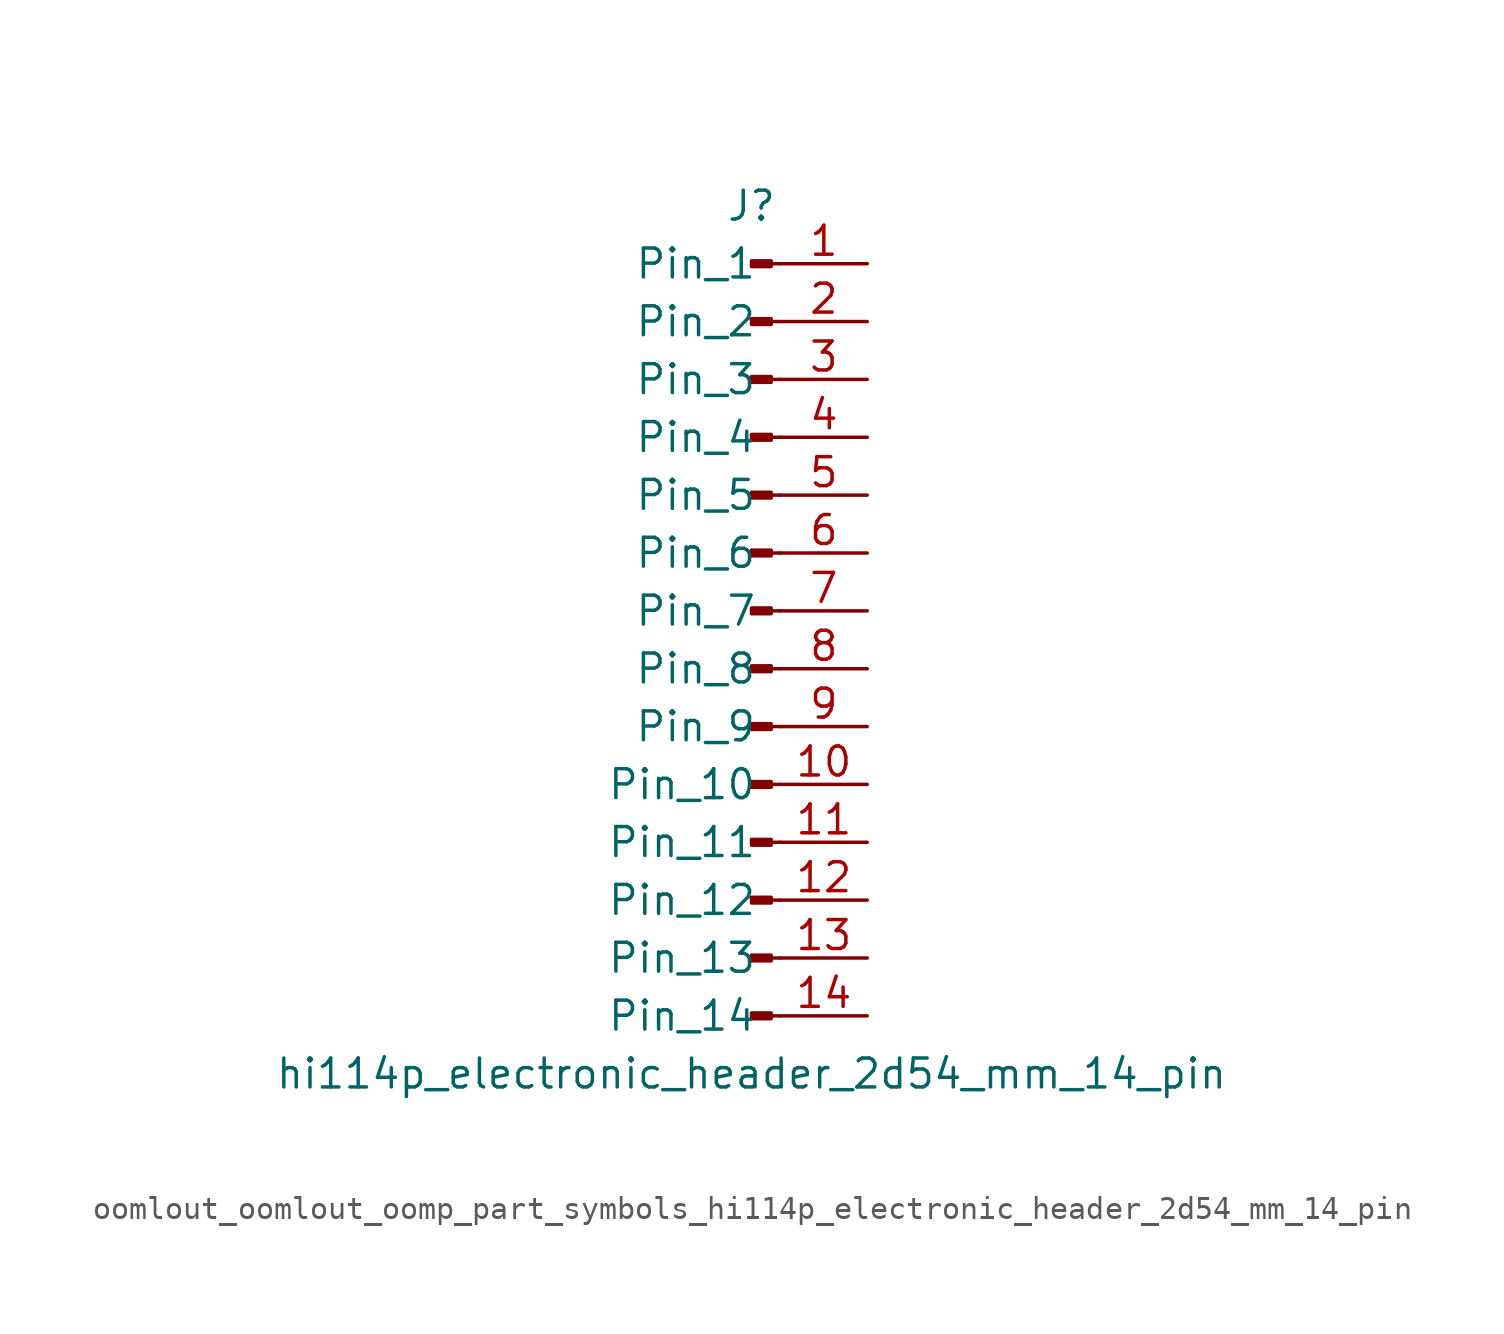
<source format=kicad_sym>
(kicad_symbol_lib
  (version 20220914)
  (generator kicad_symbol_editor)
  (symbol "oomlout_oomlout_oomp_part_symbols_hi114p_electronic_header_2d54_mm_14_pin"
    (pin_names
      (offset 1.016))
    (property "Reference" "J"
      (at 0 17.78 0)
      (effects (font (size 1.27 1.27))))
    (property "Value" "hi114p_electronic_header_2d54_mm_14_pin"
      (at 0 -20.32 0)
      (effects (font (size 1.27 1.27))))
    (property "ki_locked" ""
      (at 0 0 0)
      (effects (font (size 1.27 1.27))))
    (symbol "oomlout_oomlout_oomp_part_symbols_hi114p_electronic_header_2d54_mm_14_pin_1_1"
      (polyline (pts (xy 1.27 -17.78) (xy 0.864 -17.78)) (stroke (width 0.152) (type default)) (fill (type none)))
      (polyline (pts (xy 1.27 -15.24) (xy 0.864 -15.24)) (stroke (width 0.152) (type default)) (fill (type none)))
      (polyline (pts (xy 1.27 -12.7) (xy 0.864 -12.7)) (stroke (width 0.152) (type default)) (fill (type none)))
      (polyline (pts (xy 1.27 -10.16) (xy 0.864 -10.16)) (stroke (width 0.152) (type default)) (fill (type none)))
      (polyline (pts (xy 1.27 -7.62) (xy 0.864 -7.62)) (stroke (width 0.152) (type default)) (fill (type none)))
      (polyline (pts (xy 1.27 -5.08) (xy 0.864 -5.08)) (stroke (width 0.152) (type default)) (fill (type none)))
      (polyline (pts (xy 1.27 -2.54) (xy 0.864 -2.54)) (stroke (width 0.152) (type default)) (fill (type none)))
      (polyline (pts (xy 1.27 0) (xy 0.864 0)) (stroke (width 0.152) (type default)) (fill (type none)))
      (polyline (pts (xy 1.27 2.54) (xy 0.864 2.54)) (stroke (width 0.152) (type default)) (fill (type none)))
      (polyline (pts (xy 1.27 5.08) (xy 0.864 5.08)) (stroke (width 0.152) (type default)) (fill (type none)))
      (polyline (pts (xy 1.27 7.62) (xy 0.864 7.62)) (stroke (width 0.152) (type default)) (fill (type none)))
      (polyline (pts (xy 1.27 10.16) (xy 0.864 10.16)) (stroke (width 0.152) (type default)) (fill (type none)))
      (polyline (pts (xy 1.27 12.7) (xy 0.864 12.7)) (stroke (width 0.152) (type default)) (fill (type none)))
      (polyline (pts (xy 1.27 15.24) (xy 0.864 15.24)) (stroke (width 0.152) (type default)) (fill (type none)))
      (rectangle (start 0.864 -17.653) (end 0 -17.907) (stroke (width 0.152) (type default)) (fill (type outline)))
      (rectangle (start 0.864 -15.113) (end 0 -15.367) (stroke (width 0.152) (type default)) (fill (type outline)))
      (rectangle (start 0.864 -12.573) (end 0 -12.827) (stroke (width 0.152) (type default)) (fill (type outline)))
      (rectangle (start 0.864 -10.033) (end 0 -10.287) (stroke (width 0.152) (type default)) (fill (type outline)))
      (rectangle (start 0.864 -7.493) (end 0 -7.747) (stroke (width 0.152) (type default)) (fill (type outline)))
      (rectangle (start 0.864 -4.953) (end 0 -5.207) (stroke (width 0.152) (type default)) (fill (type outline)))
      (rectangle (start 0.864 -2.413) (end 0 -2.667) (stroke (width 0.152) (type default)) (fill (type outline)))
      (rectangle (start 0.864 0.127) (end 0 -0.127) (stroke (width 0.152) (type default)) (fill (type outline)))
      (rectangle (start 0.864 2.667) (end 0 2.413) (stroke (width 0.152) (type default)) (fill (type outline)))
      (rectangle (start 0.864 5.207) (end 0 4.953) (stroke (width 0.152) (type default)) (fill (type outline)))
      (rectangle (start 0.864 7.747) (end 0 7.493) (stroke (width 0.152) (type default)) (fill (type outline)))
      (rectangle (start 0.864 10.287) (end 0 10.033) (stroke (width 0.152) (type default)) (fill (type outline)))
      (rectangle (start 0.864 12.827) (end 0 12.573) (stroke (width 0.152) (type default)) (fill (type outline)))
      (rectangle (start 0.864 15.367) (end 0 15.113) (stroke (width 0.152) (type default)) (fill (type outline)))
      (pin passive line (at 5.08 15.24 180) (length 3.81) (name "Pin_1" (effects (font (size 1.27 1.27)))) (number "1" (effects (font (size 1.27 1.27)))))
      (pin passive line (at 5.08 -7.62 180) (length 3.81) (name "Pin_10" (effects (font (size 1.27 1.27)))) (number "10" (effects (font (size 1.27 1.27)))))
      (pin passive line (at 5.08 -10.16 180) (length 3.81) (name "Pin_11" (effects (font (size 1.27 1.27)))) (number "11" (effects (font (size 1.27 1.27)))))
      (pin passive line (at 5.08 -12.7 180) (length 3.81) (name "Pin_12" (effects (font (size 1.27 1.27)))) (number "12" (effects (font (size 1.27 1.27)))))
      (pin passive line (at 5.08 -15.24 180) (length 3.81) (name "Pin_13" (effects (font (size 1.27 1.27)))) (number "13" (effects (font (size 1.27 1.27)))))
      (pin passive line (at 5.08 -17.78 180) (length 3.81) (name "Pin_14" (effects (font (size 1.27 1.27)))) (number "14" (effects (font (size 1.27 1.27)))))
      (pin passive line (at 5.08 12.7 180) (length 3.81) (name "Pin_2" (effects (font (size 1.27 1.27)))) (number "2" (effects (font (size 1.27 1.27)))))
      (pin passive line (at 5.08 10.16 180) (length 3.81) (name "Pin_3" (effects (font (size 1.27 1.27)))) (number "3" (effects (font (size 1.27 1.27)))))
      (pin passive line (at 5.08 7.62 180) (length 3.81) (name "Pin_4" (effects (font (size 1.27 1.27)))) (number "4" (effects (font (size 1.27 1.27)))))
      (pin passive line (at 5.08 5.08 180) (length 3.81) (name "Pin_5" (effects (font (size 1.27 1.27)))) (number "5" (effects (font (size 1.27 1.27)))))
      (pin passive line (at 5.08 2.54 180) (length 3.81) (name "Pin_6" (effects (font (size 1.27 1.27)))) (number "6" (effects (font (size 1.27 1.27)))))
      (pin passive line (at 5.08 0 180) (length 3.81) (name "Pin_7" (effects (font (size 1.27 1.27)))) (number "7" (effects (font (size 1.27 1.27)))))
      (pin passive line (at 5.08 -2.54 180) (length 3.81) (name "Pin_8" (effects (font (size 1.27 1.27)))) (number "8" (effects (font (size 1.27 1.27)))))
      (pin passive line (at 5.08 -5.08 180) (length 3.81) (name "Pin_9" (effects (font (size 1.27 1.27)))) (number "9" (effects (font (size 1.27 1.27))))))))
</source>
